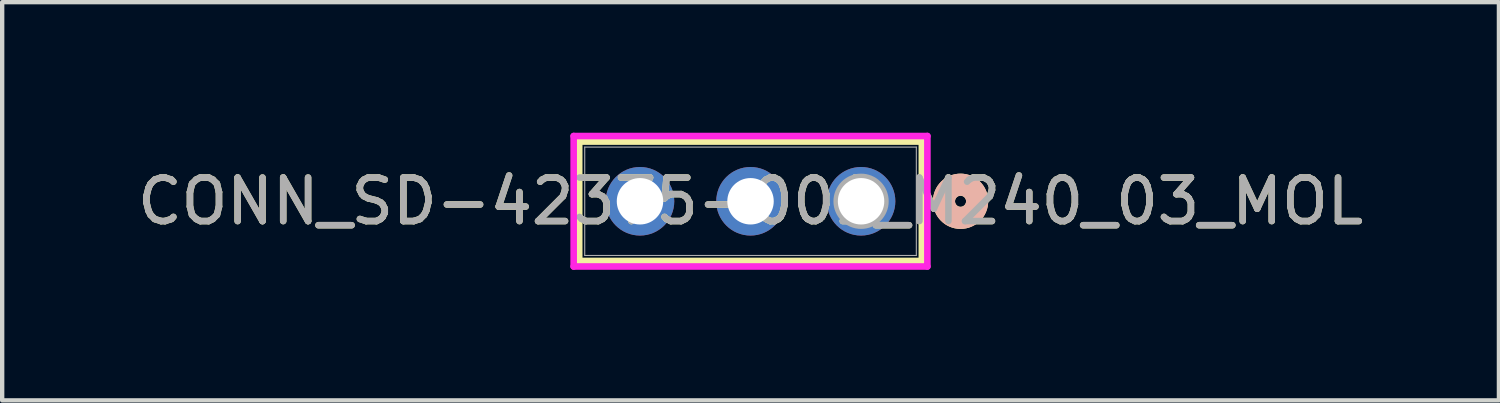
<source format=kicad_pcb>
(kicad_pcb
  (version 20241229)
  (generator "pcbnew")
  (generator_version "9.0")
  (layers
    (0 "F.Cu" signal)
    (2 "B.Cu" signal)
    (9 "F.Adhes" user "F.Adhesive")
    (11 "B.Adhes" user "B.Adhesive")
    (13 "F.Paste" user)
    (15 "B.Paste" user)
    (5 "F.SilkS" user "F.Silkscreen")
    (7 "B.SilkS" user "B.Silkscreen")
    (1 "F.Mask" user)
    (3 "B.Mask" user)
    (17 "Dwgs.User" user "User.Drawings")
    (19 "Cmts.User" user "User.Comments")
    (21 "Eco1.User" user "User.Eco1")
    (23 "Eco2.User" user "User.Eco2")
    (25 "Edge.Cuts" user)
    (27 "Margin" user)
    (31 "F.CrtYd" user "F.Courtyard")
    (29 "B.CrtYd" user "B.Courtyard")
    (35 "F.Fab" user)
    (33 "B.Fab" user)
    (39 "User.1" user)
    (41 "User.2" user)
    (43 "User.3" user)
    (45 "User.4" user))
  (footprint "CONN_SD-42375-001_M240_03_MOL"
    (layer "F.Cu")
    (at 16.736 1.575)
    (property "Reference" "CONN_SD-42375-001_M240_03_MOL" (at -2.54 0 0) (unlocked yes) (layer "F.SilkS") (effects (font (size 1 1) (thickness 0.15))))
    (attr through_hole)
    (fp_line (start -6.477 -1.372) (end -6.477 1.372) (stroke (width 0.152) (type solid)) (layer "F.SilkS"))
    (fp_line (start -6.477 1.372) (end 1.397 1.372) (stroke (width 0.152) (type solid)) (layer "F.SilkS"))
    (fp_line (start 1.397 -1.372) (end -6.477 -1.372) (stroke (width 0.152) (type solid)) (layer "F.SilkS"))
    (fp_line (start 1.397 1.372) (end 1.397 -1.372) (stroke (width 0.152) (type solid)) (layer "F.SilkS"))
    (fp_circle (center 2.286 0) (end 2.667 0) (stroke (width 0.508) (type solid)) (fill no) (layer "F.SilkS"))
    (fp_circle (center 2.286 0) (end 2.667 0) (stroke (width 0.508) (type solid)) (fill no) (layer "B.SilkS"))
    (fp_line (start -6.604 -1.499) (end -6.604 1.499) (stroke (width 0.152) (type solid)) (layer "F.CrtYd"))
    (fp_line (start -6.604 1.499) (end 1.524 1.499) (stroke (width 0.152) (type solid)) (layer "F.CrtYd"))
    (fp_line (start 1.524 -1.499) (end -6.604 -1.499) (stroke (width 0.152) (type solid)) (layer "F.CrtYd"))
    (fp_line (start 1.524 1.499) (end 1.524 -1.499) (stroke (width 0.152) (type solid)) (layer "F.CrtYd"))
    (fp_line (start -6.35 -1.245) (end -6.35 1.245) (stroke (width 0.025) (type solid)) (layer "F.Fab"))
    (fp_line (start -6.35 1.245) (end 1.27 1.245) (stroke (width 0.025) (type solid)) (layer "F.Fab"))
    (fp_line (start 1.27 -1.245) (end -6.35 -1.245) (stroke (width 0.025) (type solid)) (layer "F.Fab"))
    (fp_line (start 1.27 1.245) (end 1.27 -1.245) (stroke (width 0.025) (type solid)) (layer "F.Fab"))
    (fp_circle (center 0 0) (end 0.381 0) (stroke (width 0.508) (type solid)) (fill no) (layer "F.Fab"))
    (fp_text user "${REFERENCE}" (at -2.54 0 0) (unlocked yes) (layer "F.Fab") (effects (font (size 1 1) (thickness 0.15))))
    (pad "1" thru_hole circle (at 0 0) (size 1.575 1.575) (drill 1.067) (layers "*.Cu" "*.Mask"))
    (pad "2" thru_hole circle (at -2.54 0) (size 1.575 1.575) (drill 1.067) (layers "*.Cu" "*.Mask"))
    (pad "3" thru_hole circle (at -5.08 0) (size 1.575 1.575) (drill 1.067) (layers "*.Cu" "*.Mask")))
  (gr_rect
    (start -3 -3)
    (end 31.393 6.15)
    (stroke (width 0.1) (type default))
    (fill no)
    (layer "Edge.Cuts")))
</source>
